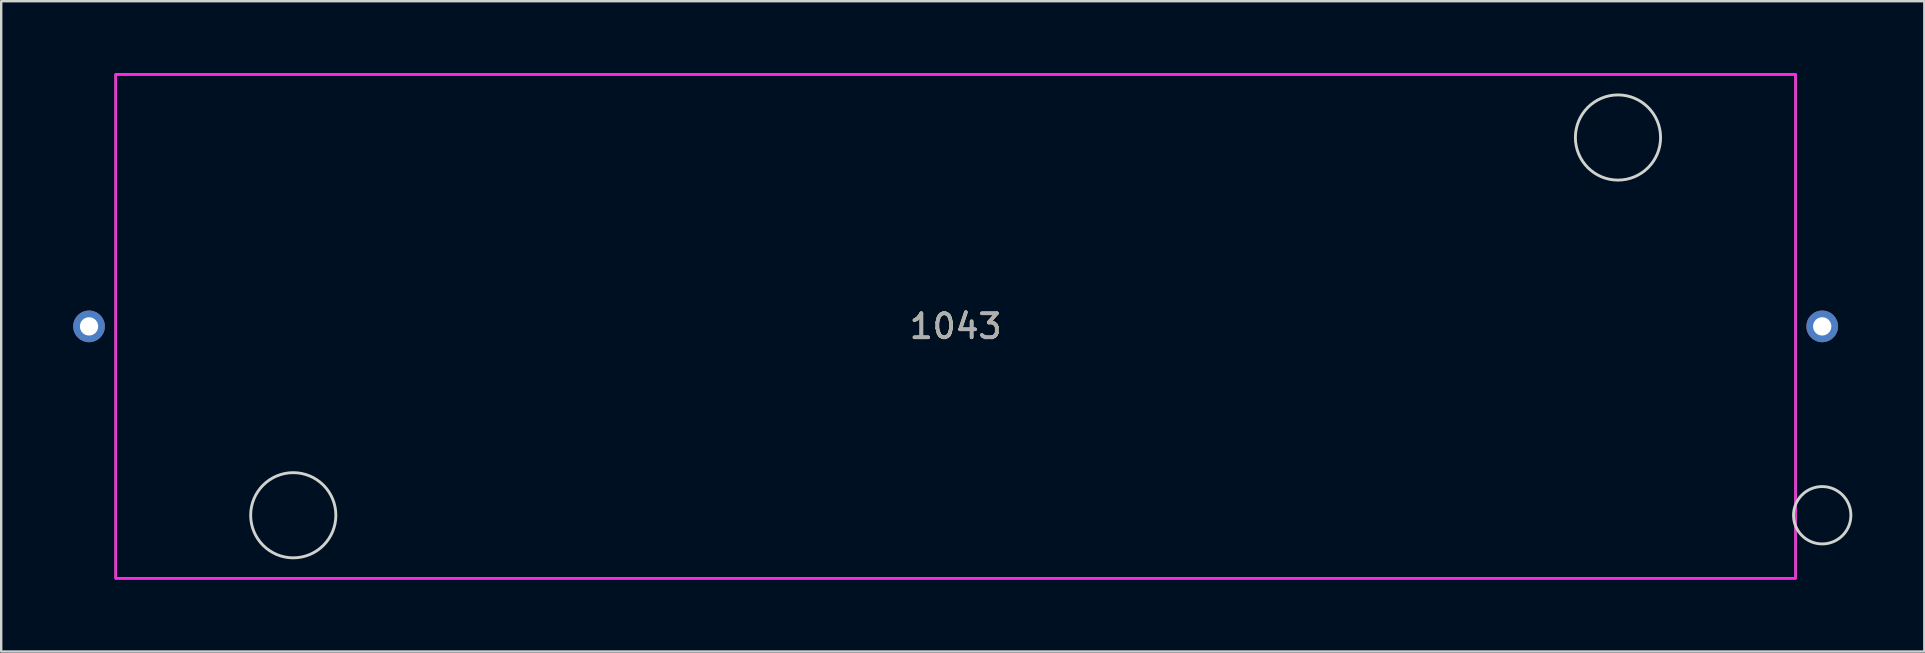
<source format=kicad_pcb>
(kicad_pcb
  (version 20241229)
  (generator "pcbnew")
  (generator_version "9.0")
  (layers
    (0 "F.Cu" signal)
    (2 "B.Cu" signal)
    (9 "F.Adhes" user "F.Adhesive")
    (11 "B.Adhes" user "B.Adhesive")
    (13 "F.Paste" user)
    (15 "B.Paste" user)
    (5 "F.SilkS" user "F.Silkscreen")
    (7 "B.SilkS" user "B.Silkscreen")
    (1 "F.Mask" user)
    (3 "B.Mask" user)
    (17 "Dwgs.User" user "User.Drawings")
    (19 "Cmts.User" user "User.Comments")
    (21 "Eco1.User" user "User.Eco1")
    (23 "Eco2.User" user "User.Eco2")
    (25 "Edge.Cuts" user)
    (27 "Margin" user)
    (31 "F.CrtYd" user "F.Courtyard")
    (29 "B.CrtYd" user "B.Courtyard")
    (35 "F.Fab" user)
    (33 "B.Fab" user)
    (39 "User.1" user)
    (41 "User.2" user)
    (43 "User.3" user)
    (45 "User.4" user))
  (footprint "1043"
    (layer "F.Cu")
    (at 36.77 10.55)
    (property "Reference" "1043" (at 0 0 0) (unlocked yes) (layer "F.SilkS") (effects (font (size 1 1) (thickness 0.15))))
    (attr through_hole)
    (fp_circle (center -27.6 7.87) (end -25.825 7.87) (stroke (width 0.12) (type solid)) (fill no) (layer "Edge.Cuts"))
    (fp_circle (center 27.6 -7.87) (end 29.375 -7.87) (stroke (width 0.12) (type solid)) (fill no) (layer "Edge.Cuts"))
    (fp_circle (center 36.11 7.87) (end 37.305 7.87) (stroke (width 0.12) (type solid)) (fill no) (layer "Edge.Cuts"))
    (fp_rect (start -35 -10.5) (end 35 10.5) (stroke (width 0.1) (type solid)) (fill no) (layer "F.CrtYd"))
    (fp_rect (start -35 -10.5) (end 35 10.5) (stroke (width 0.1) (type solid)) (fill no) (layer "F.Fab"))
    (fp_text user "${REFERENCE}" (at 0 0 0) (unlocked yes) (layer "F.Fab") (effects (font (size 1 1) (thickness 0.15))))
    (pad "1" thru_hole circle (at 36.11 0) (size 1.32 1.32) (drill 0.762) (layers "*.Cu" "*.Mask"))
    (pad "2" thru_hole circle (at -36.11 0) (size 1.32 1.32) (drill 0.762) (layers "*.Cu" "*.Mask")))
  (gr_rect
    (start -3 -3)
    (end 77.135 24.1)
    (stroke (width 0.1) (type default))
    (fill no)
    (layer "Edge.Cuts")))
</source>
